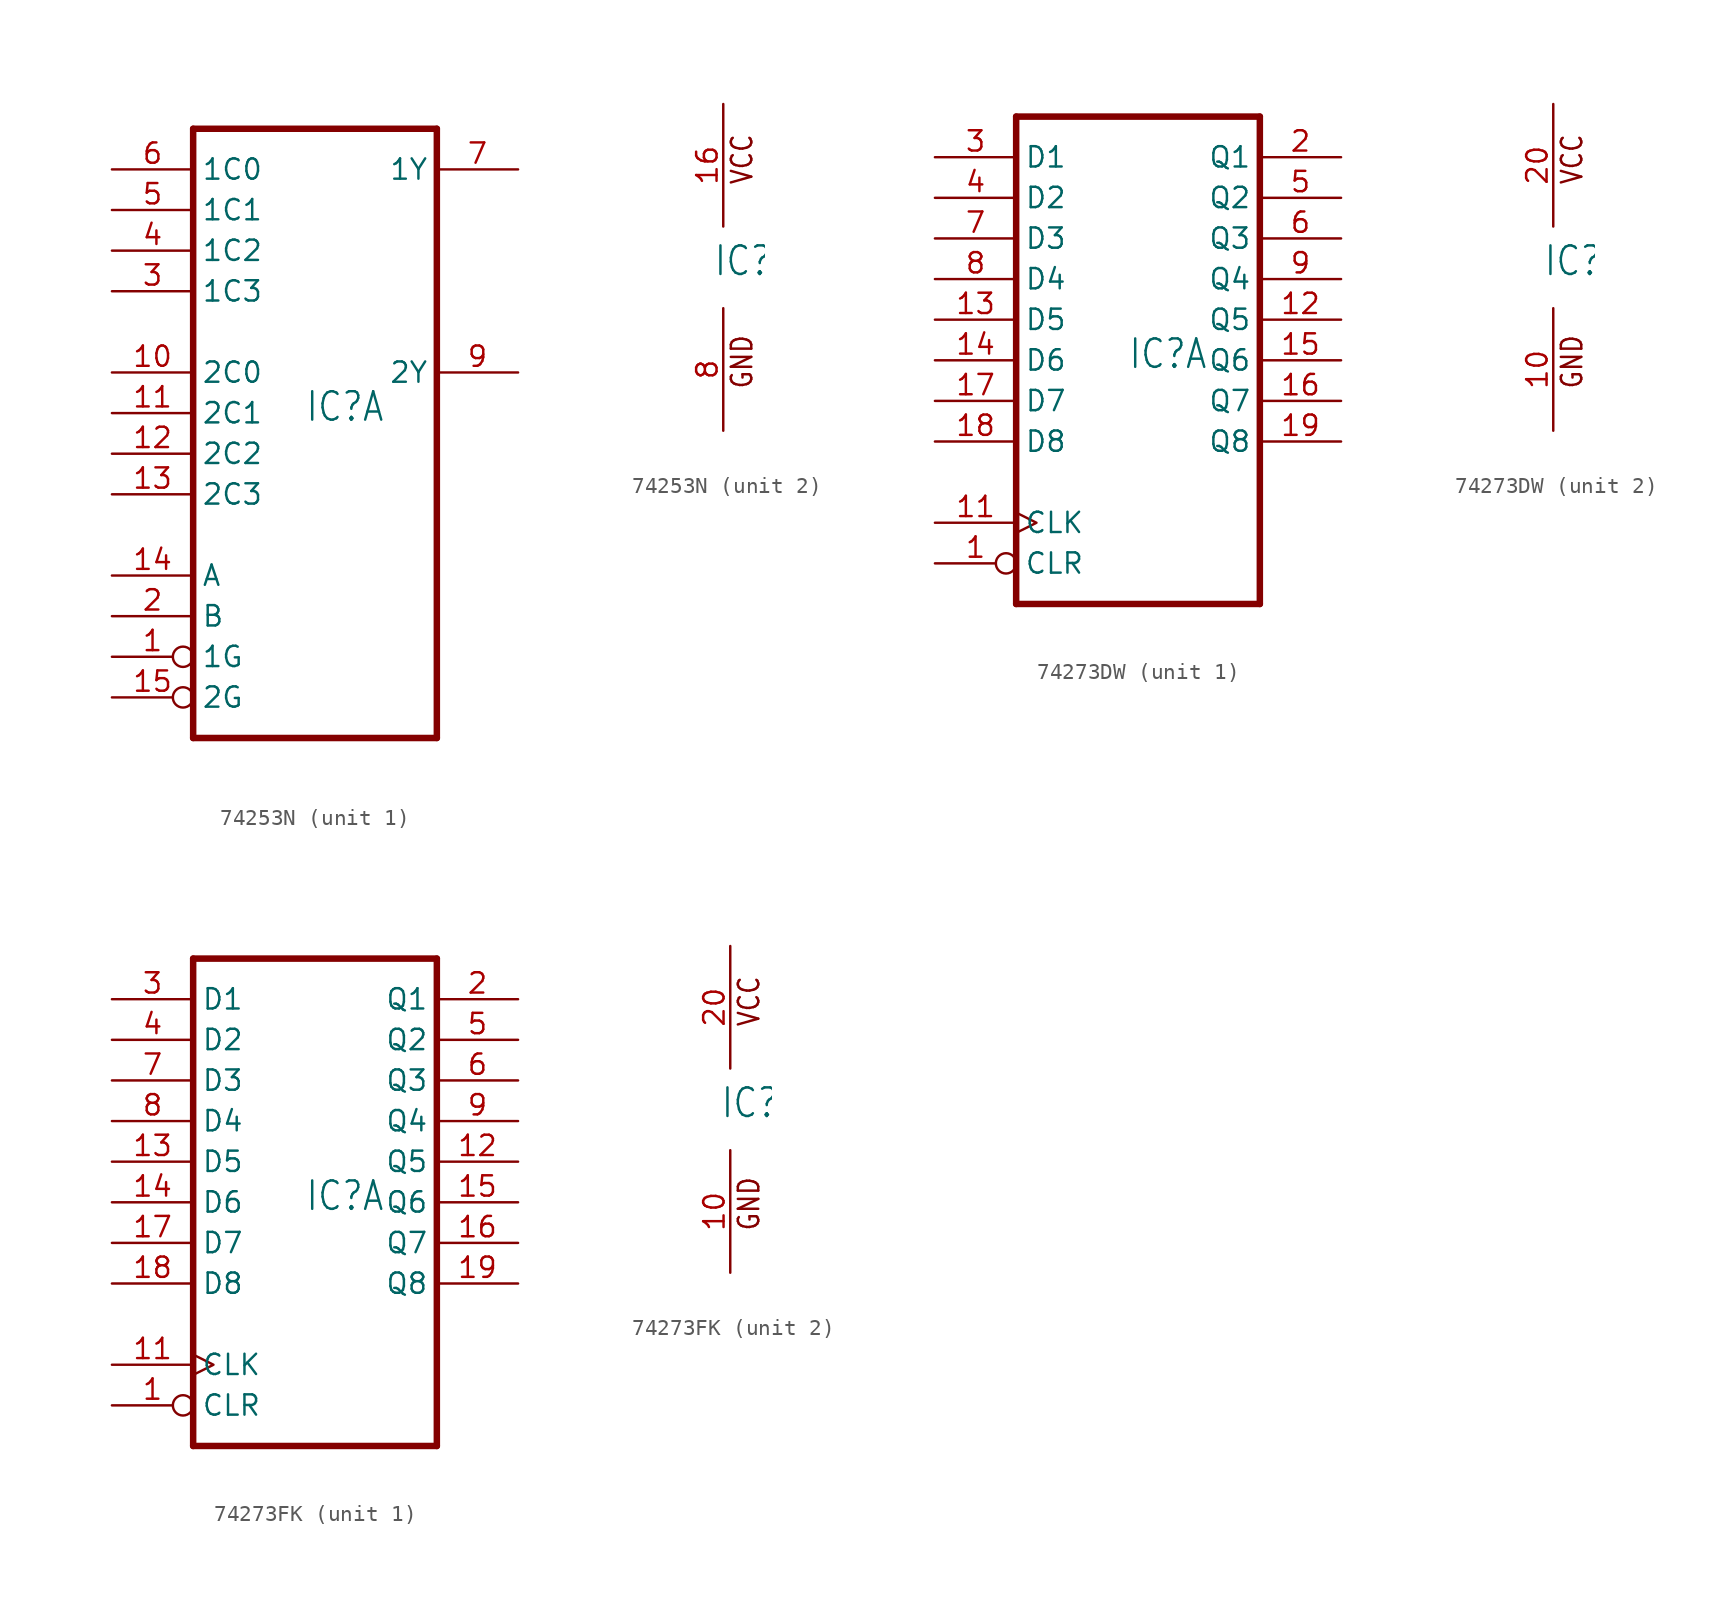
<source format=kicad_sym>
(kicad_symbol_lib
  (version 20220914)
  (generator kicad_symbol_editor)
  (symbol "74253N"
    (property "Reference" "IC"
      (at -0.635 -0.635 0)
      (effects (font (size 1.778 1.511)) (justify left bottom)))
    (property "ki_locked" ""
      (at 0 0 0)
      (effects (font (size 1.27 1.27))))
    (symbol "74253N_1_0"
      (polyline (pts (xy -7.62 -20.32) (xy 7.62 -20.32)) (stroke (width 0.406) (type solid)) (fill (type none)))
      (polyline (pts (xy -7.62 17.78) (xy -7.62 -20.32)) (stroke (width 0.406) (type solid)) (fill (type none)))
      (polyline (pts (xy 7.62 -20.32) (xy 7.62 17.78)) (stroke (width 0.406) (type solid)) (fill (type none)))
      (polyline (pts (xy 7.62 17.78) (xy -7.62 17.78)) (stroke (width 0.406) (type solid)) (fill (type none)))
      (pin input inverted (at -12.7 -15.24 0) (length 5.08) (name "1G" (effects (font (size 1.27 1.27)))) (number "1" (effects (font (size 1.27 1.27)))))
      (pin input line (at -12.7 2.54 0) (length 5.08) (name "2C0" (effects (font (size 1.27 1.27)))) (number "10" (effects (font (size 1.27 1.27)))))
      (pin input line (at -12.7 0 0) (length 5.08) (name "2C1" (effects (font (size 1.27 1.27)))) (number "11" (effects (font (size 1.27 1.27)))))
      (pin input line (at -12.7 -2.54 0) (length 5.08) (name "2C2" (effects (font (size 1.27 1.27)))) (number "12" (effects (font (size 1.27 1.27)))))
      (pin input line (at -12.7 -5.08 0) (length 5.08) (name "2C3" (effects (font (size 1.27 1.27)))) (number "13" (effects (font (size 1.27 1.27)))))
      (pin input line (at -12.7 -10.16 0) (length 5.08) (name "A" (effects (font (size 1.27 1.27)))) (number "14" (effects (font (size 1.27 1.27)))))
      (pin input inverted (at -12.7 -17.78 0) (length 5.08) (name "2G" (effects (font (size 1.27 1.27)))) (number "15" (effects (font (size 1.27 1.27)))))
      (pin input line (at -12.7 -12.7 0) (length 5.08) (name "B" (effects (font (size 1.27 1.27)))) (number "2" (effects (font (size 1.27 1.27)))))
      (pin input line (at -12.7 7.62 0) (length 5.08) (name "1C3" (effects (font (size 1.27 1.27)))) (number "3" (effects (font (size 1.27 1.27)))))
      (pin input line (at -12.7 10.16 0) (length 5.08) (name "1C2" (effects (font (size 1.27 1.27)))) (number "4" (effects (font (size 1.27 1.27)))))
      (pin input line (at -12.7 12.7 0) (length 5.08) (name "1C1" (effects (font (size 1.27 1.27)))) (number "5" (effects (font (size 1.27 1.27)))))
      (pin input line (at -12.7 15.24 0) (length 5.08) (name "1C0" (effects (font (size 1.27 1.27)))) (number "6" (effects (font (size 1.27 1.27)))))
      (pin tri_state line (at 12.7 15.24 180) (length 5.08) (name "1Y" (effects (font (size 1.27 1.27)))) (number "7" (effects (font (size 1.27 1.27)))))
      (pin tri_state line (at 12.7 2.54 180) (length 5.08) (name "2Y" (effects (font (size 1.27 1.27)))) (number "9" (effects (font (size 1.27 1.27))))))
    (symbol "74253N_2_0"
      (text "GND" (at 1.905 -7.62 900) (effects (font (size 1.27 1.079)) (justify left bottom)))
      (text "VCC" (at 1.905 5.08 900) (effects (font (size 1.27 1.079)) (justify left bottom)))
      (pin power_in line (at 0 10.16 270) (length 7.62) (name "VCC" (effects (font (size 0 0)))) (number "16" (effects (font (size 1.27 1.27)))))
      (pin power_in line (at 0 -10.16 90) (length 7.62) (name "GND" (effects (font (size 0 0)))) (number "8" (effects (font (size 1.27 1.27)))))))
  (symbol "74273DW"
    (property "Reference" "IC"
      (at -0.635 -0.635 0)
      (effects (font (size 1.778 1.511)) (justify left bottom)))
    (property "ki_locked" ""
      (at 0 0 0)
      (effects (font (size 1.27 1.27))))
    (symbol "74273DW_1_0"
      (polyline (pts (xy -7.62 -15.24) (xy 7.62 -15.24)) (stroke (width 0.406) (type solid)) (fill (type none)))
      (polyline (pts (xy -7.62 15.24) (xy -7.62 -15.24)) (stroke (width 0.406) (type solid)) (fill (type none)))
      (polyline (pts (xy 7.62 -15.24) (xy 7.62 15.24)) (stroke (width 0.406) (type solid)) (fill (type none)))
      (polyline (pts (xy 7.62 15.24) (xy -7.62 15.24)) (stroke (width 0.406) (type solid)) (fill (type none)))
      (pin input inverted (at -12.7 -12.7 0) (length 5.08) (name "CLR" (effects (font (size 1.27 1.27)))) (number "1" (effects (font (size 1.27 1.27)))))
      (pin input clock (at -12.7 -10.16 0) (length 5.08) (name "CLK" (effects (font (size 1.27 1.27)))) (number "11" (effects (font (size 1.27 1.27)))))
      (pin output line (at 12.7 2.54 180) (length 5.08) (name "Q5" (effects (font (size 1.27 1.27)))) (number "12" (effects (font (size 1.27 1.27)))))
      (pin input line (at -12.7 2.54 0) (length 5.08) (name "D5" (effects (font (size 1.27 1.27)))) (number "13" (effects (font (size 1.27 1.27)))))
      (pin input line (at -12.7 0 0) (length 5.08) (name "D6" (effects (font (size 1.27 1.27)))) (number "14" (effects (font (size 1.27 1.27)))))
      (pin output line (at 12.7 0 180) (length 5.08) (name "Q6" (effects (font (size 1.27 1.27)))) (number "15" (effects (font (size 1.27 1.27)))))
      (pin output line (at 12.7 -2.54 180) (length 5.08) (name "Q7" (effects (font (size 1.27 1.27)))) (number "16" (effects (font (size 1.27 1.27)))))
      (pin input line (at -12.7 -2.54 0) (length 5.08) (name "D7" (effects (font (size 1.27 1.27)))) (number "17" (effects (font (size 1.27 1.27)))))
      (pin input line (at -12.7 -5.08 0) (length 5.08) (name "D8" (effects (font (size 1.27 1.27)))) (number "18" (effects (font (size 1.27 1.27)))))
      (pin output line (at 12.7 -5.08 180) (length 5.08) (name "Q8" (effects (font (size 1.27 1.27)))) (number "19" (effects (font (size 1.27 1.27)))))
      (pin output line (at 12.7 12.7 180) (length 5.08) (name "Q1" (effects (font (size 1.27 1.27)))) (number "2" (effects (font (size 1.27 1.27)))))
      (pin input line (at -12.7 12.7 0) (length 5.08) (name "D1" (effects (font (size 1.27 1.27)))) (number "3" (effects (font (size 1.27 1.27)))))
      (pin input line (at -12.7 10.16 0) (length 5.08) (name "D2" (effects (font (size 1.27 1.27)))) (number "4" (effects (font (size 1.27 1.27)))))
      (pin output line (at 12.7 10.16 180) (length 5.08) (name "Q2" (effects (font (size 1.27 1.27)))) (number "5" (effects (font (size 1.27 1.27)))))
      (pin output line (at 12.7 7.62 180) (length 5.08) (name "Q3" (effects (font (size 1.27 1.27)))) (number "6" (effects (font (size 1.27 1.27)))))
      (pin input line (at -12.7 7.62 0) (length 5.08) (name "D3" (effects (font (size 1.27 1.27)))) (number "7" (effects (font (size 1.27 1.27)))))
      (pin input line (at -12.7 5.08 0) (length 5.08) (name "D4" (effects (font (size 1.27 1.27)))) (number "8" (effects (font (size 1.27 1.27)))))
      (pin output line (at 12.7 5.08 180) (length 5.08) (name "Q4" (effects (font (size 1.27 1.27)))) (number "9" (effects (font (size 1.27 1.27))))))
    (symbol "74273DW_2_0"
      (text "GND" (at 1.905 -7.62 900) (effects (font (size 1.27 1.079)) (justify left bottom)))
      (text "VCC" (at 1.905 5.08 900) (effects (font (size 1.27 1.079)) (justify left bottom)))
      (pin power_in line (at 0 -10.16 90) (length 7.62) (name "GND" (effects (font (size 0 0)))) (number "10" (effects (font (size 1.27 1.27)))))
      (pin power_in line (at 0 10.16 270) (length 7.62) (name "VCC" (effects (font (size 0 0)))) (number "20" (effects (font (size 1.27 1.27)))))))
  (symbol "74273FK"
    (property "Reference" "IC"
      (at -0.635 -0.635 0)
      (effects (font (size 1.778 1.511)) (justify left bottom)))
    (property "ki_locked" ""
      (at 0 0 0)
      (effects (font (size 1.27 1.27))))
    (symbol "74273FK_1_0"
      (polyline (pts (xy -7.62 -15.24) (xy 7.62 -15.24)) (stroke (width 0.406) (type solid)) (fill (type none)))
      (polyline (pts (xy -7.62 15.24) (xy -7.62 -15.24)) (stroke (width 0.406) (type solid)) (fill (type none)))
      (polyline (pts (xy 7.62 -15.24) (xy 7.62 15.24)) (stroke (width 0.406) (type solid)) (fill (type none)))
      (polyline (pts (xy 7.62 15.24) (xy -7.62 15.24)) (stroke (width 0.406) (type solid)) (fill (type none)))
      (pin input inverted (at -12.7 -12.7 0) (length 5.08) (name "CLR" (effects (font (size 1.27 1.27)))) (number "1" (effects (font (size 1.27 1.27)))))
      (pin input clock (at -12.7 -10.16 0) (length 5.08) (name "CLK" (effects (font (size 1.27 1.27)))) (number "11" (effects (font (size 1.27 1.27)))))
      (pin output line (at 12.7 2.54 180) (length 5.08) (name "Q5" (effects (font (size 1.27 1.27)))) (number "12" (effects (font (size 1.27 1.27)))))
      (pin input line (at -12.7 2.54 0) (length 5.08) (name "D5" (effects (font (size 1.27 1.27)))) (number "13" (effects (font (size 1.27 1.27)))))
      (pin input line (at -12.7 0 0) (length 5.08) (name "D6" (effects (font (size 1.27 1.27)))) (number "14" (effects (font (size 1.27 1.27)))))
      (pin output line (at 12.7 0 180) (length 5.08) (name "Q6" (effects (font (size 1.27 1.27)))) (number "15" (effects (font (size 1.27 1.27)))))
      (pin output line (at 12.7 -2.54 180) (length 5.08) (name "Q7" (effects (font (size 1.27 1.27)))) (number "16" (effects (font (size 1.27 1.27)))))
      (pin input line (at -12.7 -2.54 0) (length 5.08) (name "D7" (effects (font (size 1.27 1.27)))) (number "17" (effects (font (size 1.27 1.27)))))
      (pin input line (at -12.7 -5.08 0) (length 5.08) (name "D8" (effects (font (size 1.27 1.27)))) (number "18" (effects (font (size 1.27 1.27)))))
      (pin output line (at 12.7 -5.08 180) (length 5.08) (name "Q8" (effects (font (size 1.27 1.27)))) (number "19" (effects (font (size 1.27 1.27)))))
      (pin output line (at 12.7 12.7 180) (length 5.08) (name "Q1" (effects (font (size 1.27 1.27)))) (number "2" (effects (font (size 1.27 1.27)))))
      (pin input line (at -12.7 12.7 0) (length 5.08) (name "D1" (effects (font (size 1.27 1.27)))) (number "3" (effects (font (size 1.27 1.27)))))
      (pin input line (at -12.7 10.16 0) (length 5.08) (name "D2" (effects (font (size 1.27 1.27)))) (number "4" (effects (font (size 1.27 1.27)))))
      (pin output line (at 12.7 10.16 180) (length 5.08) (name "Q2" (effects (font (size 1.27 1.27)))) (number "5" (effects (font (size 1.27 1.27)))))
      (pin output line (at 12.7 7.62 180) (length 5.08) (name "Q3" (effects (font (size 1.27 1.27)))) (number "6" (effects (font (size 1.27 1.27)))))
      (pin input line (at -12.7 7.62 0) (length 5.08) (name "D3" (effects (font (size 1.27 1.27)))) (number "7" (effects (font (size 1.27 1.27)))))
      (pin input line (at -12.7 5.08 0) (length 5.08) (name "D4" (effects (font (size 1.27 1.27)))) (number "8" (effects (font (size 1.27 1.27)))))
      (pin output line (at 12.7 5.08 180) (length 5.08) (name "Q4" (effects (font (size 1.27 1.27)))) (number "9" (effects (font (size 1.27 1.27))))))
    (symbol "74273FK_2_0"
      (text "GND" (at 1.905 -7.62 900) (effects (font (size 1.27 1.079)) (justify left bottom)))
      (text "VCC" (at 1.905 5.08 900) (effects (font (size 1.27 1.079)) (justify left bottom)))
      (pin power_in line (at 0 -10.16 90) (length 7.62) (name "GND" (effects (font (size 0 0)))) (number "10" (effects (font (size 1.27 1.27)))))
      (pin power_in line (at 0 10.16 270) (length 7.62) (name "VCC" (effects (font (size 0 0)))) (number "20" (effects (font (size 1.27 1.27))))))))
</source>
